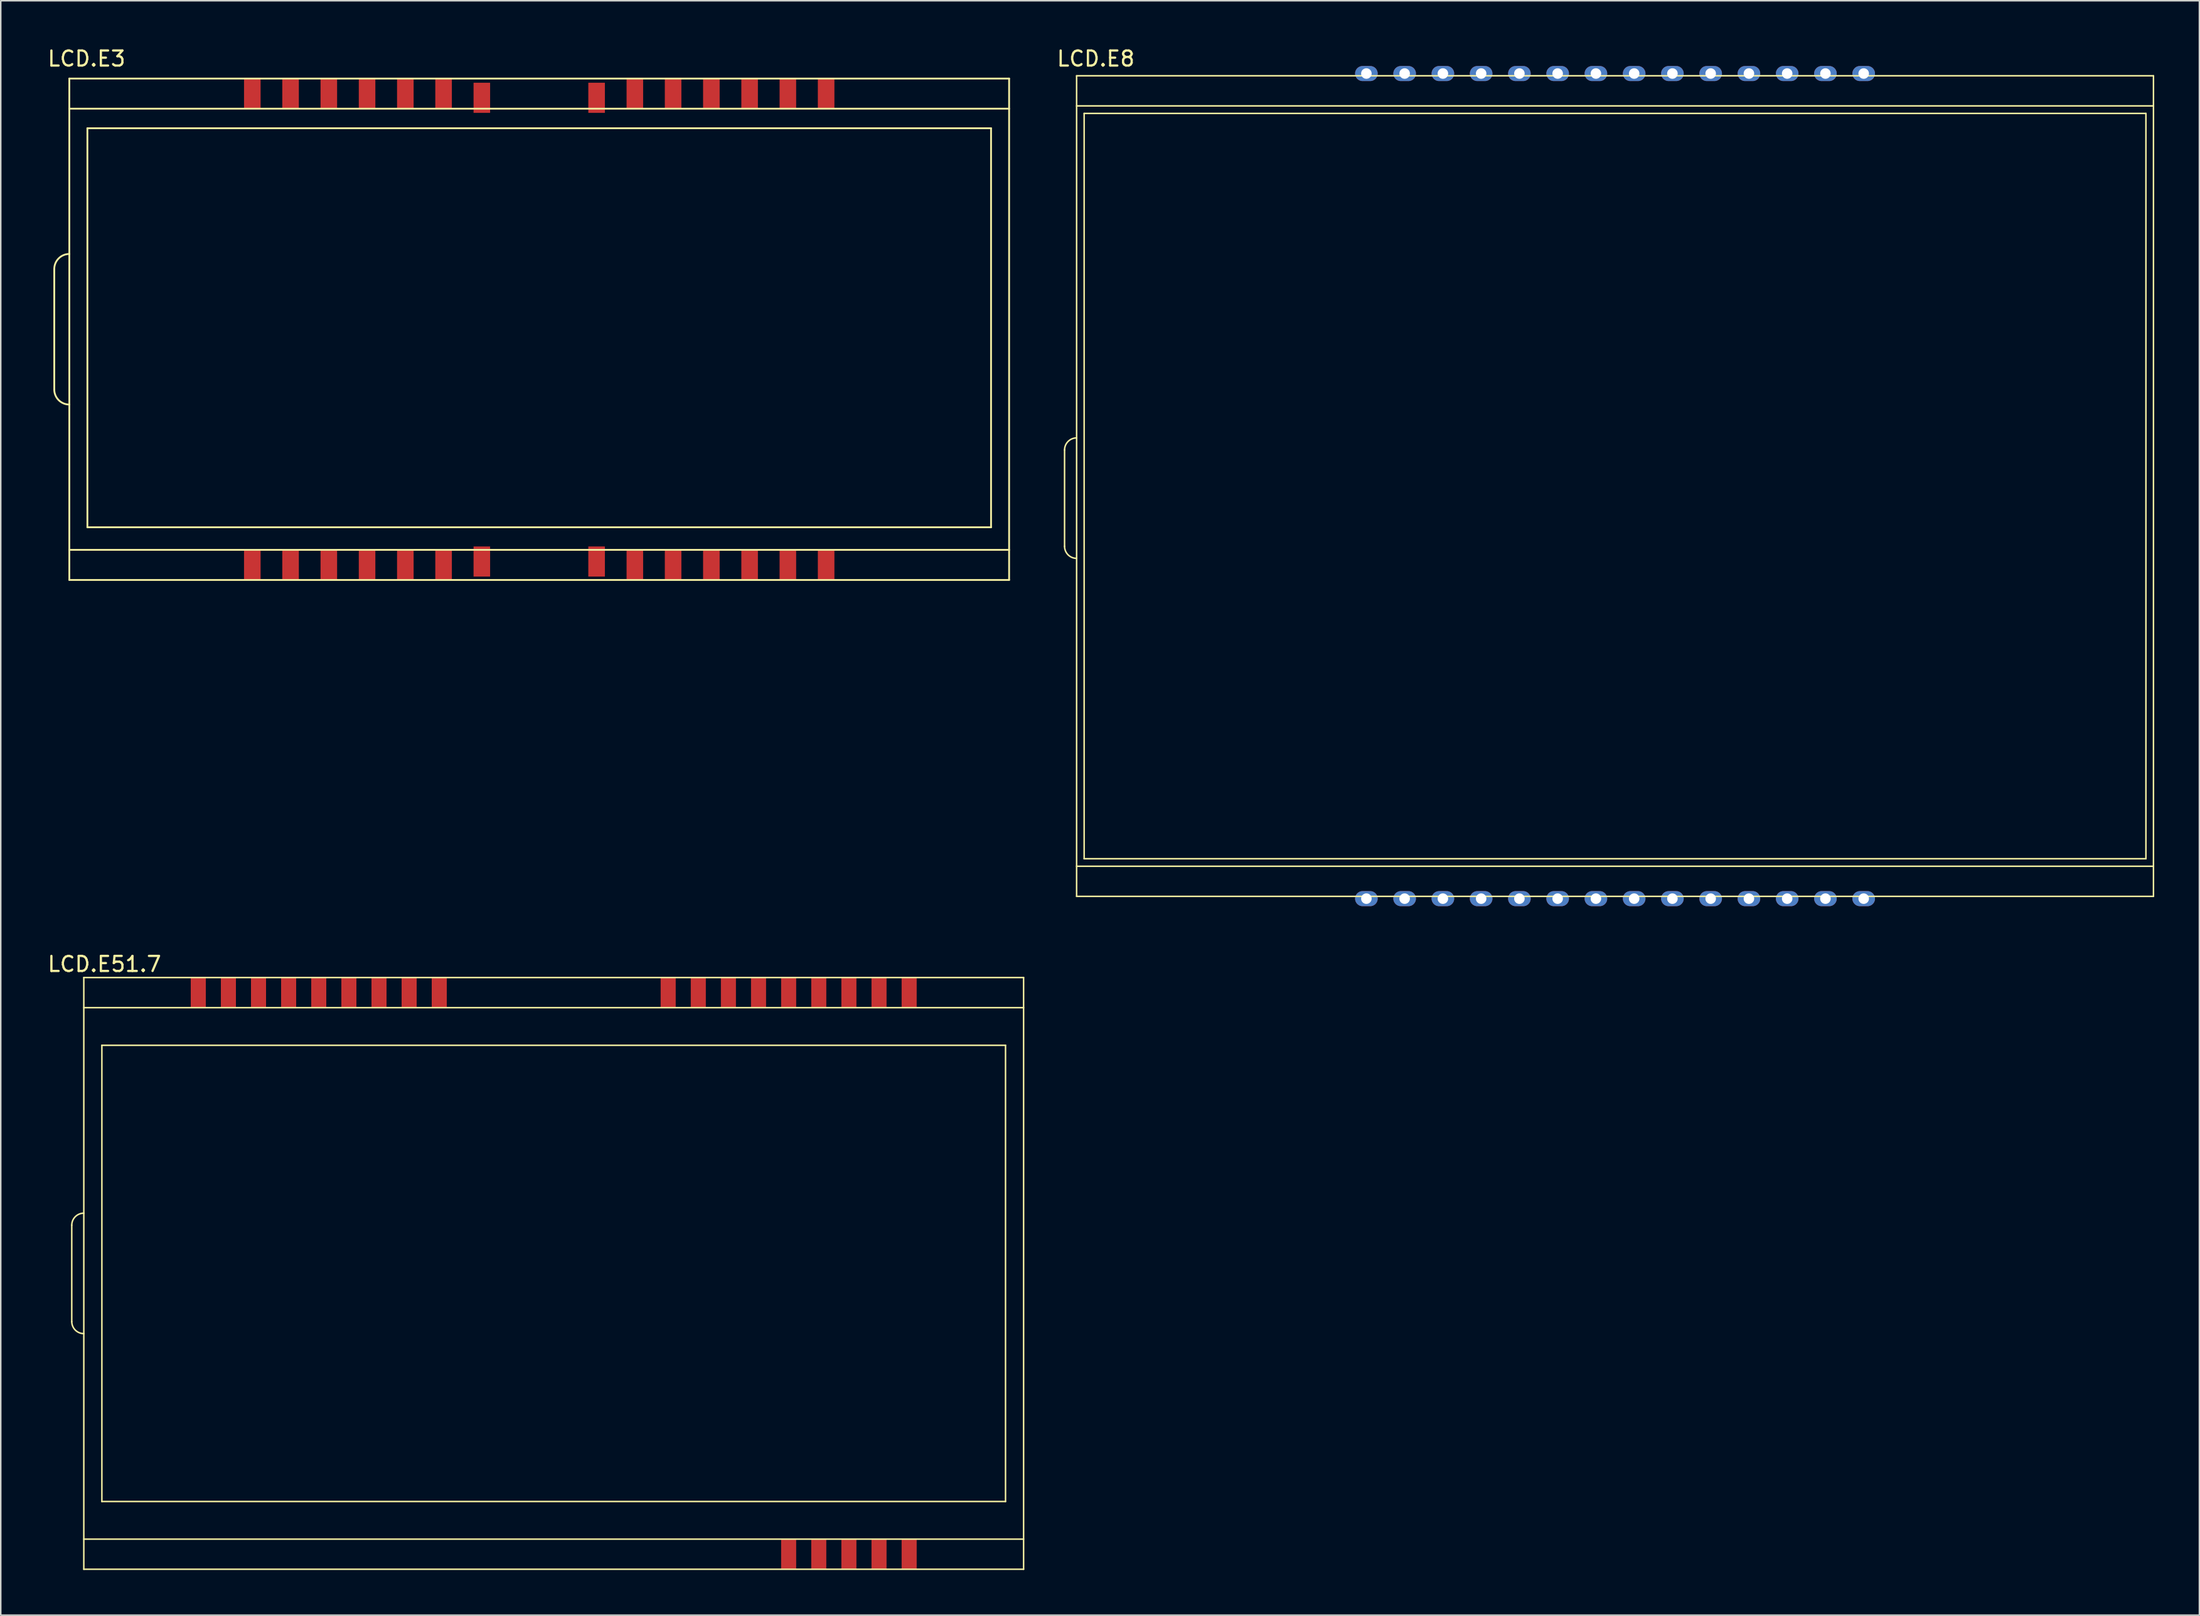
<source format=kicad_pcb>
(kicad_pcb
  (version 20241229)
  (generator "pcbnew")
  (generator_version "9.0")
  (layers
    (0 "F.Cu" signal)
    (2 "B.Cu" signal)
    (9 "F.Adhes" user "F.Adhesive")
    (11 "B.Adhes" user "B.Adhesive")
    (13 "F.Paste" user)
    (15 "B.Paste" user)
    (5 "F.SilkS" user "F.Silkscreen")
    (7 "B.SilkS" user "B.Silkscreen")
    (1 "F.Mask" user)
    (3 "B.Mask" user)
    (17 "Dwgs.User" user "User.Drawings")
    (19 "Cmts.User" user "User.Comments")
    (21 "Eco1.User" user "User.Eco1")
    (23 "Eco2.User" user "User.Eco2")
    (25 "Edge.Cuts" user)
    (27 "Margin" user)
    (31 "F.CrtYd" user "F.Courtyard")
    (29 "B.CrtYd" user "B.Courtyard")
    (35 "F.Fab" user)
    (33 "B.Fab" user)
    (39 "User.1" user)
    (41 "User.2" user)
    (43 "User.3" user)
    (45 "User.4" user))
  (footprint "LCD.E3"
    (layer "F.Cu")
    (at 31.144 18.45)
    (property "Reference" "LCD.E3" (at -28.448 -17.602 0) (layer "F.SilkS") (effects (font (size 1 1) (thickness 0.15))))
    (attr through_hole)
    (fp_line (start -30.591 4.368) (end -30.591 -3.632) (stroke (width 0.12) (type solid)) (layer "F.SilkS"))
    (fp_line (start -29.591 -16.282) (end 32.809 -16.282) (stroke (width 0.12) (type solid)) (layer "F.SilkS"))
    (fp_line (start -29.591 -14.282) (end 32.809 -14.282) (stroke (width 0.12) (type solid)) (layer "F.SilkS"))
    (fp_line (start -29.591 15.018) (end 32.809 15.018) (stroke (width 0.12) (type solid)) (layer "F.SilkS"))
    (fp_line (start -29.591 17.018) (end -29.591 -16.282) (stroke (width 0.12) (type solid)) (layer "F.SilkS"))
    (fp_line (start -29.591 17.018) (end 32.809 17.018) (stroke (width 0.12) (type solid)) (layer "F.SilkS"))
    (fp_line (start -28.391 -12.982) (end 31.609 -12.982) (stroke (width 0.12) (type solid)) (layer "F.SilkS"))
    (fp_line (start -28.391 13.518) (end -28.391 -12.982) (stroke (width 0.12) (type solid)) (layer "F.SilkS"))
    (fp_line (start -28.391 13.518) (end 31.609 13.518) (stroke (width 0.12) (type solid)) (layer "F.SilkS"))
    (fp_line (start 31.609 13.518) (end 31.609 -12.982) (stroke (width 0.12) (type solid)) (layer "F.SilkS"))
    (fp_line (start 32.809 17.018) (end 32.809 -16.282) (stroke (width 0.12) (type solid)) (layer "F.SilkS"))
    (fp_arc (start -30.591 -3.632) (mid -30.298107 -4.339107) (end -29.591 -4.632) (stroke (width 0.12) (type solid)) (layer "F.SilkS"))
    (fp_arc (start -29.591 5.368) (mid -30.298107 5.075107) (end -30.591 4.368) (stroke (width 0.12) (type solid)) (layer "F.SilkS"))
    (pad "1" smd rect (at -17.441 16.018) (size 1.1 2) (layers "F.Cu" "F.Mask" "F.Paste"))
    (pad "2" smd rect (at -14.901 16.018) (size 1.1 2) (layers "F.Cu" "F.Mask" "F.Paste"))
    (pad "3" smd rect (at -12.361 16.018) (size 1.1 2) (layers "F.Cu" "F.Mask" "F.Paste"))
    (pad "4" smd rect (at -9.821 16.018) (size 1.1 2) (layers "F.Cu" "F.Mask" "F.Paste"))
    (pad "5" smd rect (at -7.281 16.018) (size 1.1 2) (layers "F.Cu" "F.Mask" "F.Paste"))
    (pad "6" smd rect (at -4.741 16.018) (size 1.1 2) (layers "F.Cu" "F.Mask" "F.Paste"))
    (pad "7" smd rect (at -2.201 15.794) (size 1.1 2) (layers "F.Cu" "F.Mask" "F.Paste"))
    (pad "8" smd rect (at 5.419 15.794) (size 1.1 2) (layers "F.Cu" "F.Mask" "F.Paste"))
    (pad "9" smd rect (at 7.959 16.018) (size 1.1 2) (layers "F.Cu" "F.Mask" "F.Paste"))
    (pad "10" smd rect (at 10.499 16.018) (size 1.1 2) (layers "F.Cu" "F.Mask" "F.Paste"))
    (pad "11" smd rect (at 13.039 16.018) (size 1.1 2) (layers "F.Cu" "F.Mask" "F.Paste"))
    (pad "12" smd rect (at 15.579 16.018) (size 1.1 2) (layers "F.Cu" "F.Mask" "F.Paste"))
    (pad "13" smd rect (at 18.119 16.018) (size 1.1 2) (layers "F.Cu" "F.Mask" "F.Paste"))
    (pad "14" smd rect (at 20.659 16.018) (size 1.1 2) (layers "F.Cu" "F.Mask" "F.Paste"))
    (pad "15" smd rect (at 20.659 -15.282) (size 1.1 2) (layers "F.Cu" "F.Mask" "F.Paste"))
    (pad "16" smd rect (at 18.119 -15.282) (size 1.1 2) (layers "F.Cu" "F.Mask" "F.Paste"))
    (pad "17" smd rect (at 15.579 -15.282) (size 1.1 2) (layers "F.Cu" "F.Mask" "F.Paste"))
    (pad "18" smd rect (at 13.039 -15.282) (size 1.1 2) (layers "F.Cu" "F.Mask" "F.Paste"))
    (pad "19" smd rect (at 10.499 -15.282) (size 1.1 2) (layers "F.Cu" "F.Mask" "F.Paste"))
    (pad "20" smd rect (at 7.959 -15.282) (size 1.1 2) (layers "F.Cu" "F.Mask" "F.Paste"))
    (pad "21" smd rect (at 5.419 -15.006) (size 1.1 2) (layers "F.Cu" "F.Mask" "F.Paste"))
    (pad "22" smd rect (at -2.201 -15.006) (size 1.1 2) (layers "F.Cu" "F.Mask" "F.Paste"))
    (pad "23" smd rect (at -4.741 -15.282) (size 1.1 2) (layers "F.Cu" "F.Mask" "F.Paste"))
    (pad "24" smd rect (at -7.281 -15.282) (size 1.1 2) (layers "F.Cu" "F.Mask" "F.Paste"))
    (pad "25" smd rect (at -9.821 -15.282) (size 1.1 2) (layers "F.Cu" "F.Mask" "F.Paste"))
    (pad "26" smd rect (at -12.361 -15.282) (size 1.1 2) (layers "F.Cu" "F.Mask" "F.Paste"))
    (pad "27" smd rect (at -14.901 -15.282) (size 1.1 2) (layers "F.Cu" "F.Mask" "F.Paste"))
    (pad "28" smd rect (at -17.441 -15.282) (size 1.1 2) (layers "F.Cu" "F.Mask" "F.Paste")))
  (footprint "LCD.E8"
    (layer "F.Cu")
    (at 101.455 30.449)
    (property "Reference" "LCD.E8" (at -31.745 -29.601 0) (layer "F.SilkS") (effects (font (size 1 1) (thickness 0.15))))
    (attr through_hole)
    (fp_line (start -33.82 2.785) (end -33.82 -3.615) (stroke (width 0.1) (type solid)) (layer "F.SilkS"))
    (fp_line (start -33.02 -28.465) (end 38.48 -28.465) (stroke (width 0.1) (type solid)) (layer "F.SilkS"))
    (fp_line (start -33.02 -26.465) (end 38.48 -26.465) (stroke (width 0.1) (type solid)) (layer "F.SilkS"))
    (fp_line (start -33.02 24.035) (end 38.48 24.035) (stroke (width 0.1) (type solid)) (layer "F.SilkS"))
    (fp_line (start -33.02 26.035) (end -33.02 -28.465) (stroke (width 0.1) (type solid)) (layer "F.SilkS"))
    (fp_line (start -33.02 26.035) (end 38.48 26.035) (stroke (width 0.1) (type solid)) (layer "F.SilkS"))
    (fp_line (start -32.52 -25.965) (end 37.98 -25.965) (stroke (width 0.1) (type solid)) (layer "F.SilkS"))
    (fp_line (start -32.52 23.535) (end -32.52 -25.965) (stroke (width 0.1) (type solid)) (layer "F.SilkS"))
    (fp_line (start -32.52 23.535) (end 37.98 23.535) (stroke (width 0.1) (type solid)) (layer "F.SilkS"))
    (fp_line (start 37.98 23.535) (end 37.98 -25.965) (stroke (width 0.1) (type solid)) (layer "F.SilkS"))
    (fp_line (start 38.48 26.035) (end 38.48 -28.465) (stroke (width 0.1) (type solid)) (layer "F.SilkS"))
    (fp_arc (start -33.82 -3.615) (mid -33.585685 -4.180685) (end -33.02 -4.415) (stroke (width 0.1) (type solid)) (layer "F.SilkS"))
    (fp_arc (start -33.02 3.585) (mid -33.585685 3.350685) (end -33.82 2.785) (stroke (width 0.1) (type solid)) (layer "F.SilkS"))
    (pad "1" thru_hole oval (at -13.78 26.185) (size 1.5 1) (drill 0.7) (layers "*.Cu" "*.Mask"))
    (pad "2" thru_hole oval (at -11.24 26.185) (size 1.5 1) (drill 0.7) (layers "*.Cu" "*.Mask"))
    (pad "3" thru_hole oval (at -8.7 26.185) (size 1.5 1) (drill 0.7) (layers "*.Cu" "*.Mask"))
    (pad "4" thru_hole oval (at -6.16 26.185) (size 1.5 1) (drill 0.7) (layers "*.Cu" "*.Mask"))
    (pad "5" thru_hole oval (at -3.62 26.185) (size 1.5 1) (drill 0.7) (layers "*.Cu" "*.Mask"))
    (pad "6" thru_hole oval (at -1.08 26.185) (size 1.5 1) (drill 0.7) (layers "*.Cu" "*.Mask"))
    (pad "7" thru_hole oval (at 1.46 26.185) (size 1.5 1) (drill 0.7) (layers "*.Cu" "*.Mask"))
    (pad "8" thru_hole oval (at 4 26.185) (size 1.5 1) (drill 0.7) (layers "*.Cu" "*.Mask"))
    (pad "9" thru_hole oval (at 6.54 26.185) (size 1.5 1) (drill 0.7) (layers "*.Cu" "*.Mask"))
    (pad "10" thru_hole oval (at 9.08 26.185) (size 1.5 1) (drill 0.7) (layers "*.Cu" "*.Mask"))
    (pad "11" thru_hole oval (at 11.62 26.185) (size 1.5 1) (drill 0.7) (layers "*.Cu" "*.Mask"))
    (pad "12" thru_hole oval (at 14.16 26.185) (size 1.5 1) (drill 0.7) (layers "*.Cu" "*.Mask"))
    (pad "13" thru_hole oval (at 16.7 26.185) (size 1.5 1) (drill 0.7) (layers "*.Cu" "*.Mask"))
    (pad "14" thru_hole oval (at 19.24 26.185) (size 1.5 1) (drill 0.7) (layers "*.Cu" "*.Mask"))
    (pad "15" thru_hole oval (at 19.24 -28.615) (size 1.5 1) (drill 0.7) (layers "*.Cu" "*.Mask"))
    (pad "16" thru_hole oval (at 16.7 -28.615) (size 1.5 1) (drill 0.7) (layers "*.Cu" "*.Mask"))
    (pad "17" thru_hole oval (at 14.16 -28.615) (size 1.5 1) (drill 0.7) (layers "*.Cu" "*.Mask"))
    (pad "18" thru_hole oval (at 11.62 -28.615) (size 1.5 1) (drill 0.7) (layers "*.Cu" "*.Mask"))
    (pad "19" thru_hole oval (at 9.08 -28.615) (size 1.5 1) (drill 0.7) (layers "*.Cu" "*.Mask"))
    (pad "20" thru_hole oval (at 6.54 -28.615) (size 1.5 1) (drill 0.7) (layers "*.Cu" "*.Mask"))
    (pad "21" thru_hole oval (at 4 -28.615) (size 1.5 1) (drill 0.7) (layers "*.Cu" "*.Mask"))
    (pad "22" thru_hole oval (at 1.46 -28.615) (size 1.5 1) (drill 0.7) (layers "*.Cu" "*.Mask"))
    (pad "23" thru_hole oval (at -1.08 -28.615) (size 1.5 1) (drill 0.7) (layers "*.Cu" "*.Mask"))
    (pad "24" thru_hole oval (at -3.62 -28.615) (size 1.5 1) (drill 0.7) (layers "*.Cu" "*.Mask"))
    (pad "25" thru_hole oval (at -6.16 -28.615) (size 1.5 1) (drill 0.7) (layers "*.Cu" "*.Mask"))
    (pad "26" thru_hole oval (at -8.7 -28.615) (size 1.5 1) (drill 0.7) (layers "*.Cu" "*.Mask"))
    (pad "27" thru_hole oval (at -11.24 -28.615) (size 1.5 1) (drill 0.7) (layers "*.Cu" "*.Mask"))
    (pad "28" thru_hole oval (at -13.78 -28.615) (size 1.5 1) (drill 0.7) (layers "*.Cu" "*.Mask")))
  (footprint "LCD.E51.7"
    (layer "F.Cu")
    (at 32.868 81.234)
    (property "Reference" "LCD.E51.7" (at -28.981 -20.252 0) (layer "F.SilkS") (effects (font (size 1 1) (thickness 0.15))))
    (attr through_hole)
    (fp_line (start -31.153 3.489) (end -31.153 -2.911) (stroke (width 0.1) (type solid)) (layer "F.SilkS"))
    (fp_line (start -30.353 -19.361) (end 32.047 -19.361) (stroke (width 0.1) (type solid)) (layer "F.SilkS"))
    (fp_line (start -30.353 -17.361) (end 32.047 -17.361) (stroke (width 0.1) (type solid)) (layer "F.SilkS"))
    (fp_line (start -30.353 17.939) (end 32.047 17.939) (stroke (width 0.1) (type solid)) (layer "F.SilkS"))
    (fp_line (start -30.353 19.939) (end -30.353 -19.361) (stroke (width 0.1) (type solid)) (layer "F.SilkS"))
    (fp_line (start -30.353 19.939) (end 32.047 19.939) (stroke (width 0.1) (type solid)) (layer "F.SilkS"))
    (fp_line (start -29.153 -14.861) (end 30.847 -14.861) (stroke (width 0.1) (type solid)) (layer "F.SilkS"))
    (fp_line (start -29.153 15.439) (end -29.153 -14.861) (stroke (width 0.1) (type solid)) (layer "F.SilkS"))
    (fp_line (start -29.153 15.439) (end 30.847 15.439) (stroke (width 0.1) (type solid)) (layer "F.SilkS"))
    (fp_line (start 30.847 15.439) (end 30.847 -14.861) (stroke (width 0.1) (type solid)) (layer "F.SilkS"))
    (fp_line (start 32.047 19.939) (end 32.047 -19.361) (stroke (width 0.1) (type solid)) (layer "F.SilkS"))
    (fp_arc (start -31.153 -2.911) (mid -30.918685 -3.476685) (end -30.353 -3.711) (stroke (width 0.1) (type solid)) (layer "F.SilkS"))
    (fp_arc (start -30.353 4.289) (mid -30.918685 4.054685) (end -31.153 3.489) (stroke (width 0.1) (type solid)) (layer "F.SilkS"))
    (pad "1" smd rect (at 16.447 18.939) (size 1 2) (layers "F.Cu" "F.Mask" "F.Paste"))
    (pad "2" smd rect (at 18.447 18.939) (size 1 2) (layers "F.Cu" "F.Mask" "F.Paste"))
    (pad "3" smd rect (at 20.447 18.939) (size 1 2) (layers "F.Cu" "F.Mask" "F.Paste"))
    (pad "4" smd rect (at 22.447 18.939) (size 1 2) (layers "F.Cu" "F.Mask" "F.Paste"))
    (pad "5" smd rect (at 24.447 18.939) (size 1 2) (layers "F.Cu" "F.Mask" "F.Paste"))
    (pad "6" smd rect (at 24.447 -18.361) (size 1 2) (layers "F.Cu" "F.Mask" "F.Paste"))
    (pad "7" smd rect (at 22.447 -18.361) (size 1 2) (layers "F.Cu" "F.Mask" "F.Paste"))
    (pad "8" smd rect (at 20.447 -18.361) (size 1 2) (layers "F.Cu" "F.Mask" "F.Paste"))
    (pad "9" smd rect (at 18.447 -18.361) (size 1 2) (layers "F.Cu" "F.Mask" "F.Paste"))
    (pad "10" smd rect (at 16.447 -18.361) (size 1 2) (layers "F.Cu" "F.Mask" "F.Paste"))
    (pad "11" smd rect (at 14.447 -18.361) (size 1 2) (layers "F.Cu" "F.Mask" "F.Paste"))
    (pad "12" smd rect (at 12.447 -18.361) (size 1 2) (layers "F.Cu" "F.Mask" "F.Paste"))
    (pad "13" smd rect (at 10.447 -18.361) (size 1 2) (layers "F.Cu" "F.Mask" "F.Paste"))
    (pad "14" smd rect (at 8.447 -18.361) (size 1 2) (layers "F.Cu" "F.Mask" "F.Paste"))
    (pad "15" smd rect (at -6.753 -18.361) (size 1 2) (layers "F.Cu" "F.Mask" "F.Paste"))
    (pad "16" smd rect (at -8.753 -18.361) (size 1 2) (layers "F.Cu" "F.Mask" "F.Paste"))
    (pad "17" smd rect (at -10.753 -18.361) (size 1 2) (layers "F.Cu" "F.Mask" "F.Paste"))
    (pad "18" smd rect (at -12.753 -18.361) (size 1 2) (layers "F.Cu" "F.Mask" "F.Paste"))
    (pad "19" smd rect (at -14.753 -18.361) (size 1 2) (layers "F.Cu" "F.Mask" "F.Paste"))
    (pad "20" smd rect (at -16.753 -18.361) (size 1 2) (layers "F.Cu" "F.Mask" "F.Paste"))
    (pad "21" smd rect (at -18.753 -18.361) (size 1 2) (layers "F.Cu" "F.Mask" "F.Paste"))
    (pad "22" smd rect (at -20.753 -18.361) (size 1 2) (layers "F.Cu" "F.Mask" "F.Paste"))
    (pad "23" smd rect (at -22.753 -18.361) (size 1 2) (layers "F.Cu" "F.Mask" "F.Paste")))
  (gr_rect
    (start -3 -3)
    (end 142.985 104.223)
    (stroke (width 0.1) (type default))
    (fill no)
    (layer "Edge.Cuts")))
</source>
